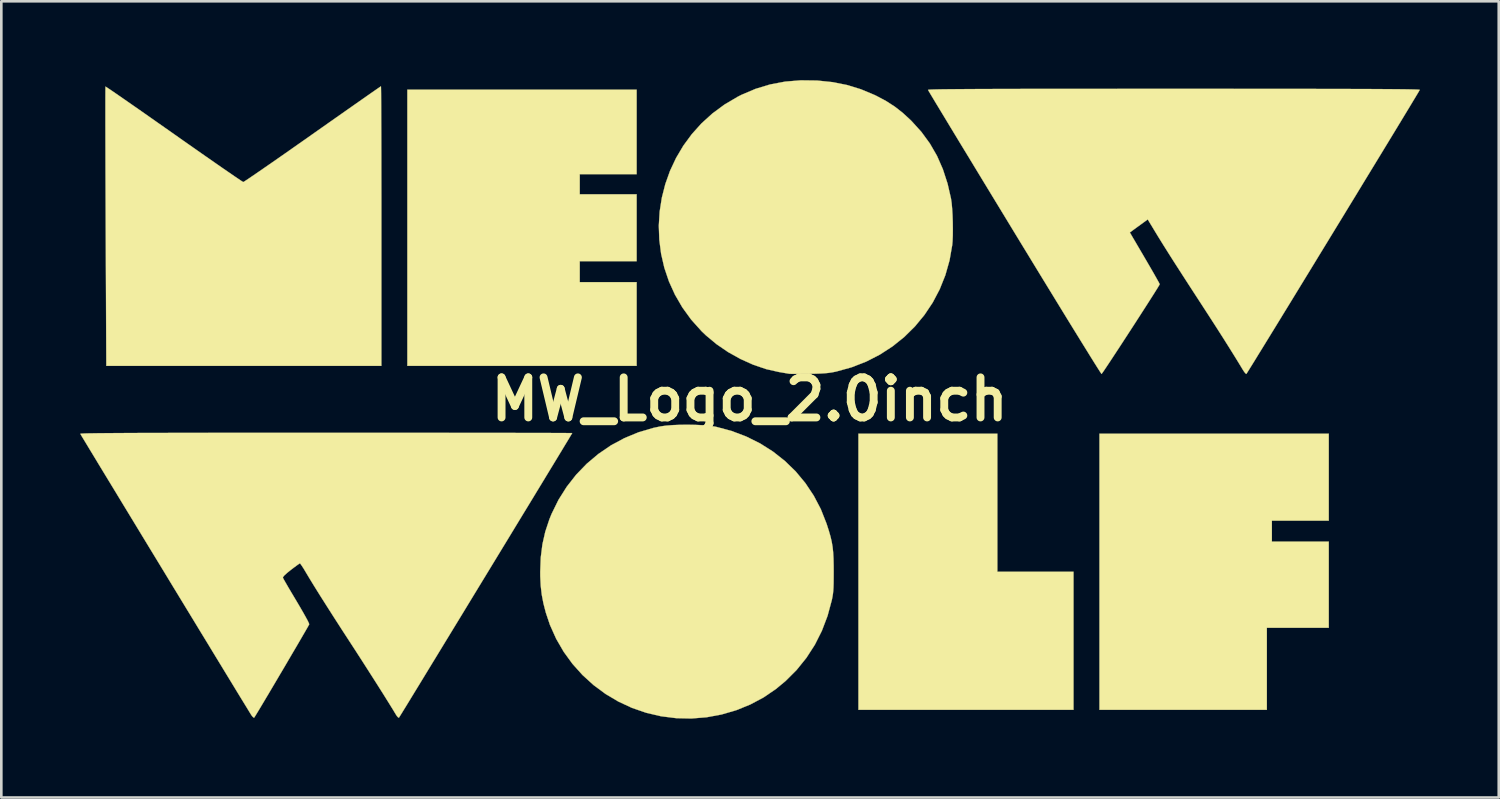
<source format=kicad_pcb>
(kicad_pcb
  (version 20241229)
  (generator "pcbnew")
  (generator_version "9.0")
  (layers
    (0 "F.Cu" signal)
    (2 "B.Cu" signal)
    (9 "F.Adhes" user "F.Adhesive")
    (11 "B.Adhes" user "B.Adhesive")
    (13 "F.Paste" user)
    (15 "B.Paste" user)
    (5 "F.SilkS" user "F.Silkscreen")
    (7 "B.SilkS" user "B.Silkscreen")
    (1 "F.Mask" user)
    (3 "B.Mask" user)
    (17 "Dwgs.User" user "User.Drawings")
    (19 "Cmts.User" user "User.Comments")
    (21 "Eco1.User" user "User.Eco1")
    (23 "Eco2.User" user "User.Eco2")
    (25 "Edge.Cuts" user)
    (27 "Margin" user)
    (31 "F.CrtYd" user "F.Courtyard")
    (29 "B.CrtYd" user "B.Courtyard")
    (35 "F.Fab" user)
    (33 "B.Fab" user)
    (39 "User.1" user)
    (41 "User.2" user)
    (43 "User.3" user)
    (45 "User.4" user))
  (footprint "MW_Logo_2.0inch"
    (layer "F.Cu")
    (at 25.46 12.137)
    (property "Reference" "MW_Logo_2.0inch" (at 0 0 0) (layer "F.SilkS") (effects (font (size 1.524 1.524) (thickness 0.3))))
    (attr through_hole)
    (fp_poly (pts (xy 9.422 6.557) (xy 12.318 6.557) (xy 12.318 11.809) (xy 4.138 11.809) (xy 4.138 1.305) (xy 9.422 1.305) (xy 9.422 6.557)) (stroke (width 0.01) (type solid)) (fill yes) (layer "F.SilkS"))
    (fp_poly (pts (xy 22.026 4.615) (xy 19.862 4.615) (xy 19.862 5.411) (xy 22.026 5.411) (xy 22.026 8.689) (xy 19.671 8.689) (xy 19.671 11.809) (xy 13.305 11.809) (xy 13.305 1.305) (xy 22.026 1.305) (xy 22.026 4.615)) (stroke (width 0.01) (type solid)) (fill yes) (layer "F.SilkS"))
    (fp_poly (pts (xy -4.297 -8.562) (xy -6.461 -8.562) (xy -6.461 -7.798) (xy -4.297 -7.798) (xy -4.297 -5.252) (xy -6.461 -5.252) (xy -6.461 -4.456) (xy -4.297 -4.456) (xy -4.297 -1.273) (xy -13.018 -1.273) (xy -13.018 -11.777) (xy -4.297 -11.777) (xy -4.297 -8.562)) (stroke (width 0.01) (type solid)) (fill yes) (layer "F.SilkS"))
    (fp_poly (pts (xy -14.02 -11.873) (xy -14.018 -11.781) (xy -14.016 -11.633) (xy -14.015 -11.43) (xy -14.013 -11.177) (xy -14.012 -10.877) (xy -14.011 -10.533) (xy -14.009 -10.149) (xy -14.008 -9.727) (xy -14.007 -9.271) (xy -14.007 -8.784) (xy -14.006 -8.27) (xy -14.005 -7.733) (xy -14.005 -7.174) (xy -14.005 -6.597) (xy -14.005 -1.273) (xy -24.467 -1.273) (xy -24.49 -6.576) (xy -24.492 -7.152) (xy -24.494 -7.711) (xy -24.496 -8.249) (xy -24.498 -8.763) (xy -24.499 -9.25) (xy -24.5 -9.707) (xy -24.501 -10.13) (xy -24.502 -10.515) (xy -24.502 -10.86) (xy -24.502 -11.161) (xy -24.502 -11.415) (xy -24.501 -11.619) (xy -24.5 -11.769) (xy -24.499 -11.862) (xy -24.498 -11.894) (xy -24.47 -11.878) (xy -24.394 -11.828) (xy -24.273 -11.747) (xy -24.11 -11.635) (xy -23.91 -11.497) (xy -23.675 -11.334) (xy -23.409 -11.149) (xy -23.116 -10.945) (xy -22.799 -10.723) (xy -22.462 -10.486) (xy -22.108 -10.238) (xy -21.893 -10.087) (xy -21.53 -9.831) (xy -21.181 -9.587) (xy -20.85 -9.355) (xy -20.54 -9.139) (xy -20.255 -8.941) (xy -19.999 -8.763) (xy -19.774 -8.609) (xy -19.586 -8.479) (xy -19.436 -8.378) (xy -19.33 -8.307) (xy -19.269 -8.269) (xy -19.257 -8.264) (xy -19.225 -8.281) (xy -19.144 -8.334) (xy -19.019 -8.418) (xy -18.852 -8.531) (xy -18.648 -8.671) (xy -18.409 -8.836) (xy -18.14 -9.022) (xy -17.844 -9.228) (xy -17.525 -9.451) (xy -17.186 -9.689) (xy -16.83 -9.938) (xy -16.624 -10.084) (xy -16.261 -10.339) (xy -15.914 -10.583) (xy -15.585 -10.814) (xy -15.277 -11.03) (xy -14.995 -11.228) (xy -14.742 -11.405) (xy -14.521 -11.56) (xy -14.336 -11.689) (xy -14.19 -11.79) (xy -14.088 -11.86) (xy -14.032 -11.898) (xy -14.022 -11.904) (xy -14.02 -11.873)) (stroke (width 0.01) (type solid)) (fill yes) (layer "F.SilkS"))
    (fp_poly (pts (xy -2.052 0.972) (xy -1.77 0.986) (xy -1.518 1.008) (xy -1.311 1.038) (xy -1.275 1.046) (xy -0.685 1.204) (xy -0.126 1.416) (xy 0.4 1.678) (xy 0.891 1.989) (xy 1.343 2.346) (xy 1.754 2.745) (xy 2.12 3.186) (xy 2.439 3.665) (xy 2.709 4.179) (xy 2.925 4.727) (xy 2.929 4.739) (xy 3.01 4.991) (xy 3.074 5.211) (xy 3.121 5.412) (xy 3.155 5.611) (xy 3.177 5.82) (xy 3.19 6.055) (xy 3.196 6.329) (xy 3.197 6.541) (xy 3.196 6.793) (xy 3.194 6.993) (xy 3.189 7.152) (xy 3.181 7.283) (xy 3.169 7.396) (xy 3.152 7.503) (xy 3.13 7.616) (xy 3.125 7.639) (xy 2.964 8.236) (xy 2.749 8.801) (xy 2.481 9.334) (xy 2.16 9.831) (xy 1.788 10.292) (xy 1.365 10.715) (xy 1.001 11.017) (xy 0.53 11.338) (xy 0.024 11.607) (xy -0.509 11.824) (xy -1.065 11.986) (xy -1.635 12.092) (xy -2.216 12.139) (xy -2.785 12.127) (xy -3.368 12.054) (xy -3.933 11.922) (xy -4.476 11.735) (xy -4.994 11.494) (xy -5.482 11.204) (xy -5.937 10.867) (xy -6.356 10.486) (xy -6.735 10.064) (xy -7.07 9.604) (xy -7.357 9.109) (xy -7.594 8.581) (xy -7.75 8.117) (xy -7.842 7.762) (xy -7.906 7.429) (xy -7.945 7.093) (xy -7.963 6.73) (xy -7.964 6.557) (xy -7.944 6.018) (xy -7.881 5.516) (xy -7.772 5.034) (xy -7.615 4.561) (xy -7.532 4.357) (xy -7.27 3.824) (xy -6.957 3.327) (xy -6.598 2.868) (xy -6.195 2.45) (xy -5.752 2.077) (xy -5.274 1.751) (xy -4.763 1.476) (xy -4.224 1.253) (xy -3.66 1.087) (xy -3.39 1.03) (xy -3.182 1.001) (xy -2.929 0.981) (xy -2.647 0.969) (xy -2.349 0.966) (xy -2.052 0.972)) (stroke (width 0.01) (type solid)) (fill yes) (layer "F.SilkS"))
    (fp_poly (pts (xy 2.563 -12.124) (xy 2.579 -12.123) (xy 3.158 -12.063) (xy 3.705 -11.954) (xy 4.23 -11.793) (xy 4.745 -11.578) (xy 4.822 -11.541) (xy 5.19 -11.345) (xy 5.516 -11.135) (xy 5.821 -10.897) (xy 6.127 -10.615) (xy 6.159 -10.583) (xy 6.533 -10.17) (xy 6.855 -9.73) (xy 7.127 -9.259) (xy 7.35 -8.751) (xy 7.528 -8.204) (xy 7.659 -7.633) (xy 7.683 -7.466) (xy 7.702 -7.251) (xy 7.717 -7.004) (xy 7.726 -6.741) (xy 7.729 -6.477) (xy 7.727 -6.229) (xy 7.718 -6.012) (xy 7.705 -5.866) (xy 7.603 -5.283) (xy 7.444 -4.722) (xy 7.23 -4.188) (xy 6.964 -3.682) (xy 6.648 -3.209) (xy 6.287 -2.772) (xy 5.882 -2.372) (xy 5.436 -2.014) (xy 4.953 -1.701) (xy 4.435 -1.435) (xy 3.884 -1.22) (xy 3.304 -1.059) (xy 3.259 -1.049) (xy 3.132 -1.024) (xy 3.002 -1.005) (xy 2.858 -0.991) (xy 2.686 -0.981) (xy 2.474 -0.974) (xy 2.26 -0.97) (xy 2.053 -0.968) (xy 1.863 -0.967) (xy 1.702 -0.967) (xy 1.58 -0.969) (xy 1.507 -0.972) (xy 1.496 -0.974) (xy 1.43 -0.985) (xy 1.32 -1.004) (xy 1.185 -1.027) (xy 1.114 -1.039) (xy 0.628 -1.149) (xy 0.136 -1.316) (xy -0.349 -1.534) (xy -0.818 -1.796) (xy -1.26 -2.098) (xy -1.664 -2.434) (xy -1.828 -2.591) (xy -2.221 -3.029) (xy -2.558 -3.494) (xy -2.84 -3.98) (xy -3.069 -4.485) (xy -3.244 -5.003) (xy -3.366 -5.532) (xy -3.435 -6.066) (xy -3.454 -6.603) (xy -3.422 -7.138) (xy -3.339 -7.667) (xy -3.207 -8.186) (xy -3.027 -8.691) (xy -2.798 -9.179) (xy -2.522 -9.645) (xy -2.199 -10.085) (xy -1.83 -10.495) (xy -1.416 -10.871) (xy -0.957 -11.21) (xy -0.454 -11.507) (xy -0.302 -11.584) (xy 0.229 -11.809) (xy 0.779 -11.975) (xy 1.35 -12.083) (xy 1.944 -12.132) (xy 2.563 -12.124)) (stroke (width 0.01) (type solid)) (fill yes) (layer "F.SilkS"))
    (fp_poly (pts (xy 17.084 -11.809) (xy 17.968 -11.809) (xy 18.791 -11.808) (xy 19.556 -11.808) (xy 20.265 -11.807) (xy 20.92 -11.807) (xy 21.522 -11.806) (xy 22.073 -11.805) (xy 22.575 -11.804) (xy 23.03 -11.803) (xy 23.439 -11.802) (xy 23.805 -11.8) (xy 24.13 -11.798) (xy 24.414 -11.796) (xy 24.661 -11.794) (xy 24.872 -11.792) (xy 25.048 -11.789) (xy 25.191 -11.786) (xy 25.304 -11.783) (xy 25.388 -11.78) (xy 25.445 -11.777) (xy 25.477 -11.773) (xy 25.486 -11.769) (xy 25.466 -11.733) (xy 25.415 -11.647) (xy 25.335 -11.513) (xy 25.227 -11.334) (xy 25.095 -11.114) (xy 24.938 -10.856) (xy 24.761 -10.563) (xy 24.564 -10.239) (xy 24.349 -9.885) (xy 24.119 -9.507) (xy 23.874 -9.105) (xy 23.618 -8.685) (xy 23.352 -8.249) (xy 23.079 -7.799) (xy 22.799 -7.341) (xy 22.515 -6.875) (xy 22.228 -6.406) (xy 21.942 -5.937) (xy 21.657 -5.471) (xy 21.376 -5.01) (xy 21.1 -4.559) (xy 20.832 -4.121) (xy 20.573 -3.697) (xy 20.325 -3.293) (xy 20.091 -2.91) (xy 19.871 -2.552) (xy 19.669 -2.223) (xy 19.486 -1.925) (xy 19.323 -1.661) (xy 19.184 -1.434) (xy 19.069 -1.249) (xy 18.981 -1.107) (xy 18.922 -1.013) (xy 18.893 -0.968) (xy 18.89 -0.965) (xy 18.859 -0.985) (xy 18.809 -1.047) (xy 18.75 -1.138) (xy 18.613 -1.365) (xy 18.445 -1.638) (xy 18.249 -1.952) (xy 18.03 -2.3) (xy 17.791 -2.675) (xy 17.536 -3.071) (xy 17.288 -3.454) (xy 16.989 -3.914) (xy 16.722 -4.325) (xy 16.485 -4.692) (xy 16.274 -5.02) (xy 16.087 -5.311) (xy 15.922 -5.572) (xy 15.774 -5.807) (xy 15.642 -6.019) (xy 15.522 -6.213) (xy 15.454 -6.325) (xy 15.141 -6.842) (xy 14.979 -6.724) (xy 14.861 -6.638) (xy 14.727 -6.541) (xy 14.638 -6.476) (xy 14.46 -6.346) (xy 15.028 -5.377) (xy 15.16 -5.151) (xy 15.281 -4.942) (xy 15.388 -4.757) (xy 15.476 -4.601) (xy 15.543 -4.481) (xy 15.584 -4.404) (xy 15.596 -4.377) (xy 15.579 -4.344) (xy 15.531 -4.263) (xy 15.455 -4.141) (xy 15.355 -3.982) (xy 15.234 -3.792) (xy 15.096 -3.576) (xy 14.945 -3.341) (xy 14.784 -3.091) (xy 14.617 -2.832) (xy 14.447 -2.57) (xy 14.278 -2.31) (xy 14.114 -2.058) (xy 13.957 -1.819) (xy 13.812 -1.598) (xy 13.683 -1.402) (xy 13.572 -1.235) (xy 13.484 -1.104) (xy 13.421 -1.013) (xy 13.388 -0.969) (xy 13.384 -0.965) (xy 13.365 -0.991) (xy 13.314 -1.069) (xy 13.233 -1.196) (xy 13.124 -1.369) (xy 12.988 -1.587) (xy 12.828 -1.846) (xy 12.643 -2.144) (xy 12.437 -2.478) (xy 12.21 -2.846) (xy 11.965 -3.245) (xy 11.703 -3.673) (xy 11.425 -4.127) (xy 11.133 -4.604) (xy 10.829 -5.102) (xy 10.514 -5.619) (xy 10.189 -6.151) (xy 10.074 -6.34) (xy 9.747 -6.878) (xy 9.429 -7.401) (xy 9.121 -7.907) (xy 8.825 -8.394) (xy 8.543 -8.859) (xy 8.276 -9.299) (xy 8.025 -9.711) (xy 7.793 -10.094) (xy 7.581 -10.444) (xy 7.391 -10.759) (xy 7.223 -11.036) (xy 7.08 -11.272) (xy 6.964 -11.466) (xy 6.875 -11.614) (xy 6.816 -11.714) (xy 6.788 -11.762) (xy 6.785 -11.767) (xy 6.793 -11.771) (xy 6.821 -11.775) (xy 6.869 -11.779) (xy 6.941 -11.782) (xy 7.038 -11.785) (xy 7.163 -11.788) (xy 7.316 -11.791) (xy 7.5 -11.793) (xy 7.717 -11.795) (xy 7.969 -11.797) (xy 8.258 -11.799) (xy 8.585 -11.801) (xy 8.954 -11.802) (xy 9.364 -11.804) (xy 9.82 -11.805) (xy 10.321 -11.806) (xy 10.871 -11.806) (xy 11.472 -11.807) (xy 12.125 -11.808) (xy 12.831 -11.808) (xy 13.594 -11.808) (xy 14.415 -11.809) (xy 15.296 -11.809) (xy 16.139 -11.809) (xy 17.084 -11.809)) (stroke (width 0.01) (type solid)) (fill yes) (layer "F.SilkS"))
    (fp_poly (pts (xy -15.341 1.273) (xy -14.59 1.273) (xy -13.858 1.274) (xy -13.148 1.274) (xy -12.462 1.274) (xy -11.802 1.274) (xy -11.172 1.275) (xy -10.572 1.275) (xy -10.007 1.276) (xy -9.479 1.277) (xy -8.989 1.277) (xy -8.541 1.278) (xy -8.137 1.279) (xy -7.779 1.279) (xy -7.471 1.28) (xy -7.213 1.281) (xy -7.01 1.282) (xy -6.863 1.283) (xy -6.775 1.284) (xy -6.748 1.285) (xy -6.764 1.313) (xy -6.812 1.392) (xy -6.888 1.52) (xy -6.993 1.692) (xy -7.122 1.906) (xy -7.275 2.159) (xy -7.45 2.447) (xy -7.645 2.767) (xy -7.857 3.117) (xy -8.085 3.492) (xy -8.327 3.891) (xy -8.582 4.309) (xy -8.846 4.743) (xy -9.118 5.191) (xy -9.397 5.649) (xy -9.68 6.114) (xy -9.966 6.584) (xy -10.252 7.053) (xy -10.537 7.521) (xy -10.818 7.983) (xy -11.094 8.436) (xy -11.363 8.877) (xy -11.623 9.303) (xy -11.872 9.712) (xy -12.108 10.098) (xy -12.329 10.461) (xy -12.533 10.796) (xy -12.719 11.1) (xy -12.884 11.37) (xy -13.026 11.603) (xy -13.144 11.795) (xy -13.236 11.945) (xy -13.3 12.048) (xy -13.333 12.101) (xy -13.337 12.108) (xy -13.367 12.099) (xy -13.416 12.045) (xy -13.454 11.986) (xy -13.574 11.787) (xy -13.726 11.542) (xy -13.903 11.258) (xy -14.104 10.94) (xy -14.322 10.597) (xy -14.554 10.234) (xy -14.795 9.858) (xy -15.041 9.477) (xy -15.155 9.302) (xy -15.503 8.767) (xy -15.815 8.282) (xy -16.092 7.848) (xy -16.336 7.463) (xy -16.546 7.126) (xy -16.724 6.836) (xy -16.871 6.591) (xy -16.886 6.565) (xy -16.962 6.438) (xy -17.029 6.335) (xy -17.078 6.265) (xy -17.102 6.239) (xy -17.136 6.257) (xy -17.209 6.308) (xy -17.311 6.383) (xy -17.432 6.475) (xy -17.446 6.485) (xy -17.596 6.606) (xy -17.695 6.696) (xy -17.744 6.757) (xy -17.75 6.784) (xy -17.731 6.824) (xy -17.683 6.911) (xy -17.61 7.038) (xy -17.517 7.198) (xy -17.407 7.383) (xy -17.285 7.588) (xy -17.236 7.67) (xy -17.104 7.893) (xy -16.988 8.094) (xy -16.891 8.266) (xy -16.816 8.404) (xy -16.768 8.502) (xy -16.75 8.553) (xy -16.75 8.556) (xy -16.768 8.591) (xy -16.815 8.675) (xy -16.888 8.802) (xy -16.984 8.967) (xy -17.098 9.164) (xy -17.229 9.388) (xy -17.372 9.631) (xy -17.524 9.89) (xy -17.681 10.159) (xy -17.842 10.43) (xy -18.001 10.7) (xy -18.156 10.962) (xy -18.303 11.211) (xy -18.44 11.44) (xy -18.562 11.645) (xy -18.666 11.819) (xy -18.75 11.957) (xy -18.809 12.053) (xy -18.84 12.102) (xy -18.843 12.107) (xy -18.874 12.099) (xy -18.922 12.049) (xy -18.949 12.011) (xy -18.978 11.965) (xy -19.037 11.869) (xy -19.124 11.726) (xy -19.239 11.539) (xy -19.378 11.312) (xy -19.54 11.047) (xy -19.722 10.747) (xy -19.924 10.416) (xy -20.142 10.058) (xy -20.376 9.674) (xy -20.622 9.269) (xy -20.88 8.846) (xy -21.147 8.407) (xy -21.421 7.957) (xy -21.701 7.497) (xy -21.984 7.032) (xy -22.268 6.564) (xy -22.552 6.097) (xy -22.834 5.634) (xy -23.111 5.178) (xy -23.382 4.732) (xy -23.645 4.299) (xy -23.898 3.883) (xy -24.138 3.487) (xy -24.365 3.114) (xy -24.576 2.767) (xy -24.769 2.449) (xy -24.941 2.164) (xy -25.093 1.914) (xy -25.22 1.703) (xy -25.322 1.535) (xy -25.397 1.411) (xy -25.441 1.336) (xy -25.455 1.313) (xy -25.446 1.309) (xy -25.413 1.305) (xy -25.355 1.302) (xy -25.269 1.298) (xy -25.155 1.295) (xy -25.011 1.293) (xy -24.833 1.29) (xy -24.622 1.288) (xy -24.374 1.286) (xy -24.088 1.284) (xy -23.762 1.282) (xy -23.394 1.28) (xy -22.983 1.279) (xy -22.526 1.278) (xy -22.023 1.277) (xy -21.47 1.276) (xy -20.866 1.275) (xy -20.209 1.274) (xy -19.498 1.274) (xy -18.731 1.274) (xy -17.905 1.273) (xy -17.019 1.273) (xy -16.109 1.273) (xy -15.341 1.273)) (stroke (width 0.01) (type solid)) (fill yes) (layer "F.SilkS")))
  (gr_rect
    (start -3 -3)
    (end 53.951 27.281)
    (stroke (width 0.1) (type default))
    (fill no)
    (layer "Edge.Cuts")))
</source>
